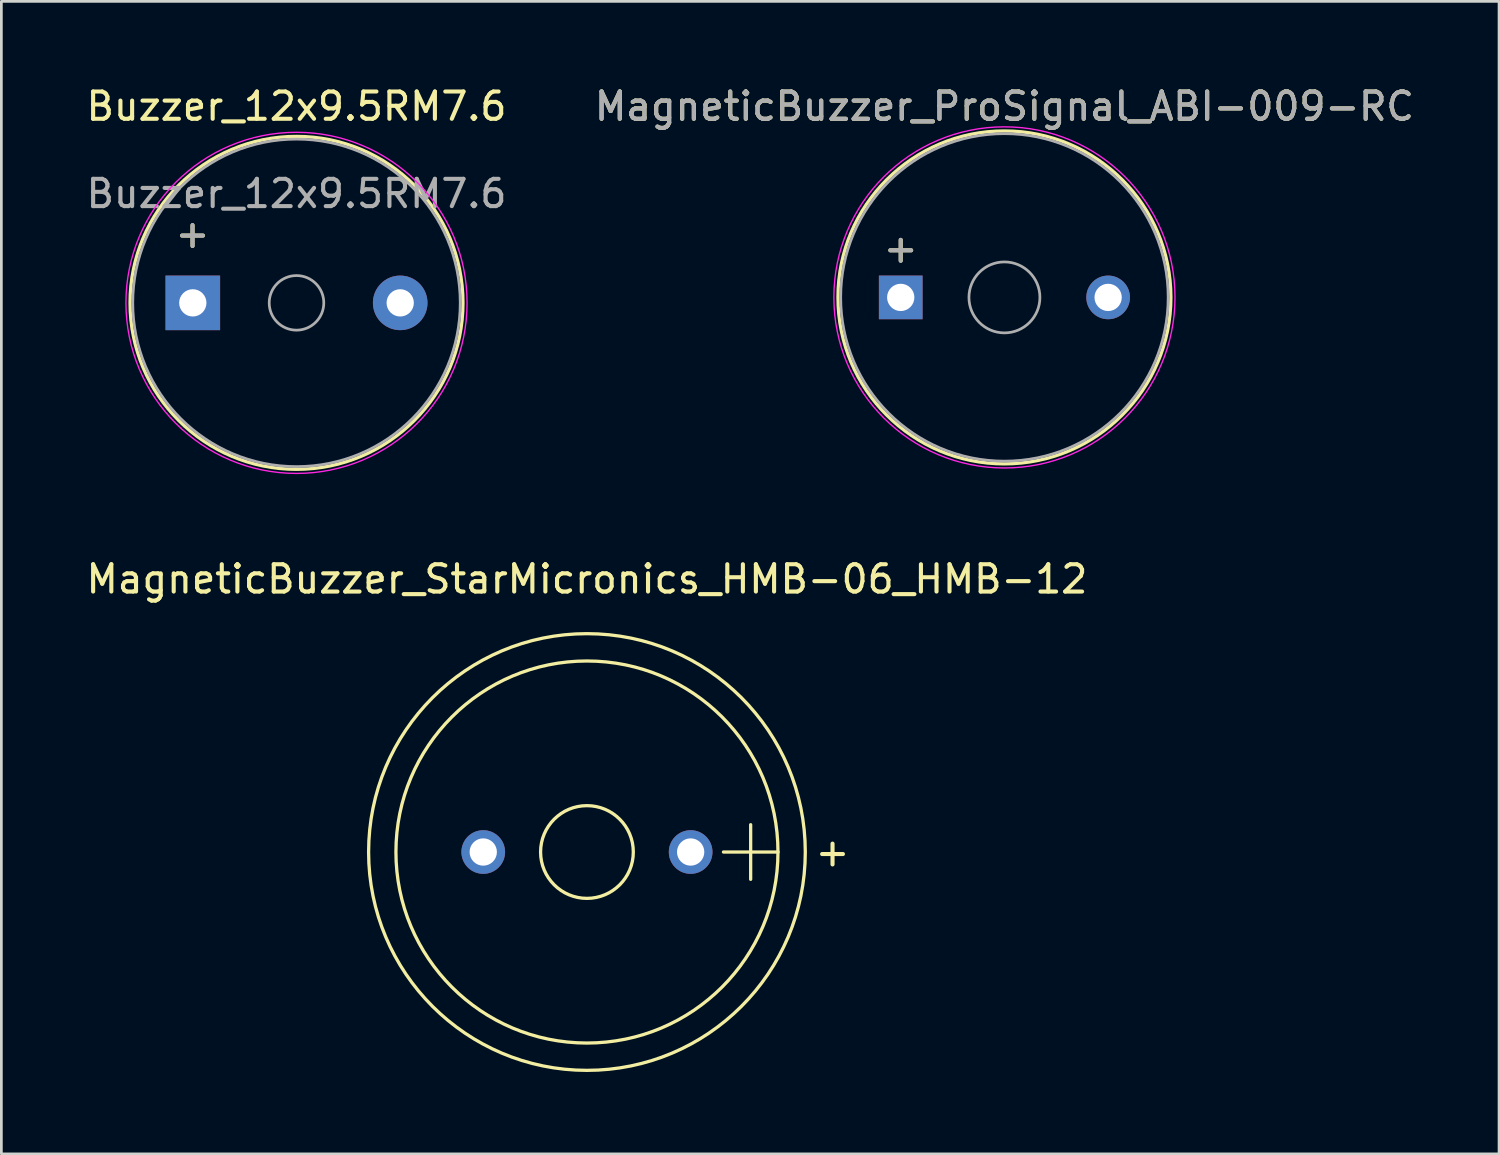
<source format=kicad_pcb>
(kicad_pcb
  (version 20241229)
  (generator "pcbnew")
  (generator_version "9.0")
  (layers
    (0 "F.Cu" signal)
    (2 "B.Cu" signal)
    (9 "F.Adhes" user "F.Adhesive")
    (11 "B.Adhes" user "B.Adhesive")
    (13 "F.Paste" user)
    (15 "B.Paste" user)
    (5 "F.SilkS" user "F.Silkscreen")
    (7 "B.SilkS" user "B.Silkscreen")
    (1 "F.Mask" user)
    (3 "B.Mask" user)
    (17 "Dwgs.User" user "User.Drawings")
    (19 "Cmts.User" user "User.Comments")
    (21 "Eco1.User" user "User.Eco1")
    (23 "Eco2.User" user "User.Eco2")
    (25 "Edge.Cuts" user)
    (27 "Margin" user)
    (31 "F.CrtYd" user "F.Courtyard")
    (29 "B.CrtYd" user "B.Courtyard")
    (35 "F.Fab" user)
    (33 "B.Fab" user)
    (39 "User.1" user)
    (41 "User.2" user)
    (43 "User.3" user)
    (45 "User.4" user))
  (footprint "Buzzer_12x9.5RM7.6"
    (layer "F.Cu")
    (at 4.015 8.048)
    (property "Reference" "Buzzer_12x9.5RM7.6" (at 3.8 -7.2 0) (layer "F.SilkS") (effects (font (size 1 1) (thickness 0.15))))
    (attr through_hole)
    (fp_circle (center 3.8 0) (end 9.9 0) (stroke (width 0.12) (type solid)) (fill no) (layer "F.SilkS"))
    (fp_circle (center 3.8 0) (end 10.05 0) (stroke (width 0.05) (type solid)) (fill no) (layer "F.CrtYd"))
    (fp_circle (center 3.8 0) (end 4.8 0) (stroke (width 0.1) (type solid)) (fill no) (layer "F.Fab"))
    (fp_circle (center 3.8 0) (end 9.8 0) (stroke (width 0.1) (type solid)) (fill no) (layer "F.Fab"))
    (fp_text user "+" (at -0.01 -2.54 0) (layer "F.SilkS") (effects (font (size 1 1) (thickness 0.15))))
    (fp_text user "+" (at -0.01 -2.54 0) (layer "F.Fab") (effects (font (size 1 1) (thickness 0.15))))
    (fp_text user "${REFERENCE}" (at 3.8 -4 0) (layer "F.Fab") (effects (font (size 1 1) (thickness 0.15))))
    (pad "1" thru_hole rect (at 0 0) (size 2 2) (drill 1) (layers "*.Cu" "*.Mask"))
    (pad "2" thru_hole circle (at 7.6 0) (size 2 2) (drill 1) (layers "*.Cu" "*.Mask")))
  (footprint "MagneticBuzzer_ProSignal_ABI-009-RC"
    (layer "F.Cu")
    (at 29.956 7.848)
    (property "Reference" "MagneticBuzzer_ProSignal_ABI-009-RC" (at 3.8 -7 0) (layer "F.SilkS") (effects (font (size 1 1) (thickness 0.15))))
    (attr through_hole)
    (fp_circle (center 3.8 0) (end 9.9 0) (stroke (width 0.12) (type solid)) (fill no) (layer "F.SilkS"))
    (fp_circle (center 3.8 0) (end 10.05 0) (stroke (width 0.05) (type solid)) (fill no) (layer "F.CrtYd"))
    (fp_circle (center 3.8 0) (end 5.1 0) (stroke (width 0.1) (type solid)) (fill no) (layer "F.Fab"))
    (fp_circle (center 3.8 0) (end 9.8 0) (stroke (width 0.1) (type solid)) (fill no) (layer "F.Fab"))
    (fp_text user "+" (at 0 -1.8 0) (layer "F.SilkS") (effects (font (size 1 1) (thickness 0.15))))
    (fp_text user "+" (at 0 -1.8 0) (layer "F.Fab") (effects (font (size 1 1) (thickness 0.15))))
    (fp_text user "${REFERENCE}" (at 3.8 -7 0) (layer "F.Fab") (effects (font (size 1 1) (thickness 0.15))))
    (pad "1" thru_hole rect (at 0 0) (size 1.6 1.6) (drill 1) (layers "*.Cu" "*.Mask"))
    (pad "2" thru_hole circle (at 7.6 0) (size 1.6 1.6) (drill 1) (layers "*.Cu" "*.Mask")))
  (footprint "MagneticBuzzer_StarMicronics_HMB-06_HMB-12"
    (layer "F.Cu")
    (at 14.648 28.171)
    (property "Reference" "MagneticBuzzer_StarMicronics_HMB-06_HMB-12" (at 3.81 -10 0) (layer "F.SilkS") (effects (font (size 1 1) (thickness 0.15))))
    (attr through_hole)
    (fp_line (start 8.811 0) (end 10.81 0) (stroke (width 0.12) (type solid)) (layer "F.SilkS"))
    (fp_line (start 9.809 -1.001) (end 9.809 1.001) (stroke (width 0.12) (type solid)) (layer "F.SilkS"))
    (fp_circle (center 3.81 0) (end 5.509 0) (stroke (width 0.12) (type solid)) (fill no) (layer "F.SilkS"))
    (fp_circle (center 3.81 0) (end 10.81 0) (stroke (width 0.12) (type solid)) (fill no) (layer "F.SilkS"))
    (fp_circle (center 3.81 0) (end 11.811 0) (stroke (width 0.12) (type solid)) (fill no) (layer "F.SilkS"))
    (fp_text user "+" (at 12.809 0 0) (layer "F.SilkS") (effects (font (size 1 1) (thickness 0.15))))
    (pad "1" thru_hole circle (at 0.01 0) (size 1.6 1.6) (drill 1.001) (layers "*.Cu" "*.Mask"))
    (pad "2" thru_hole circle (at 7.61 0) (size 1.6 1.6) (drill 1.001) (layers "*.Cu" "*.Mask")))
  (gr_rect
    (start -3 -3)
    (end 51.881 39.232)
    (stroke (width 0.1) (type default))
    (fill no)
    (layer "Edge.Cuts")))
</source>
